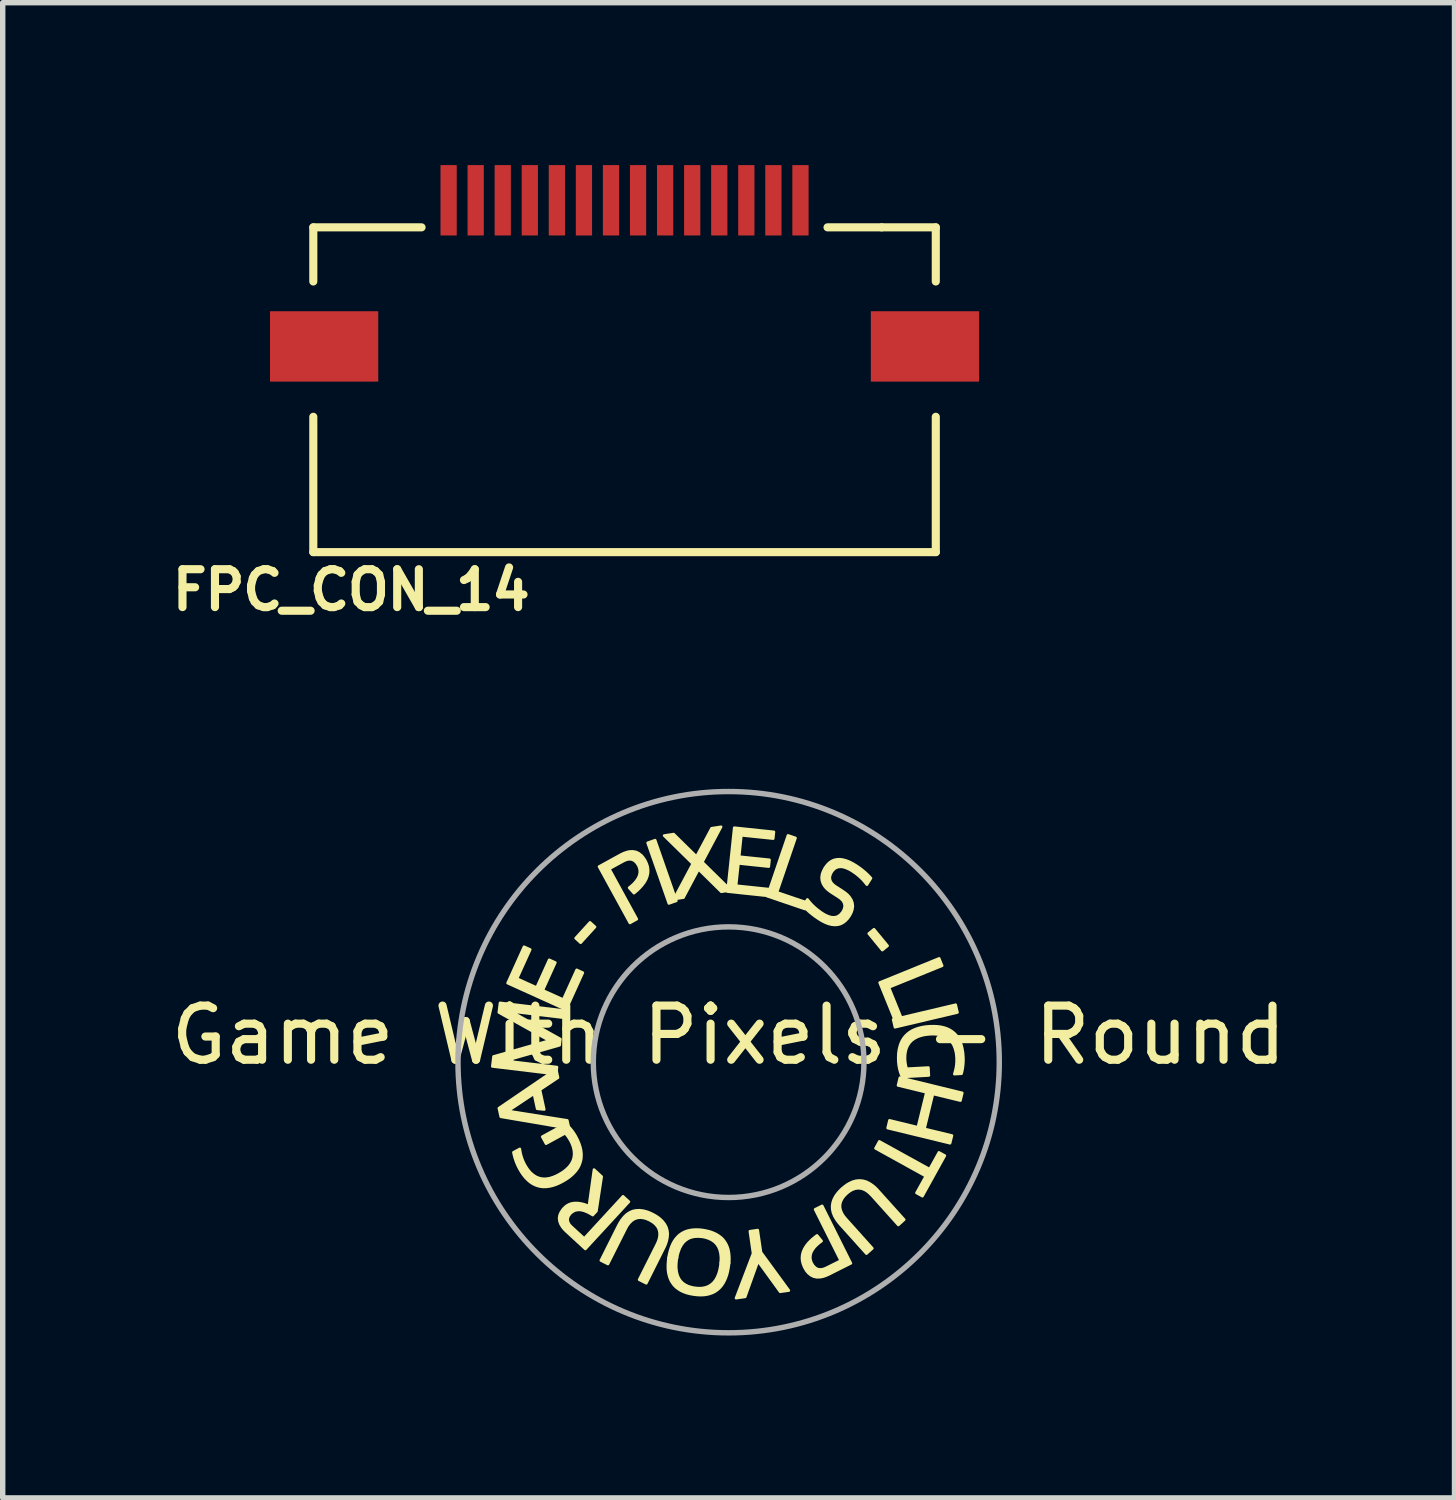
<source format=kicad_pcb>
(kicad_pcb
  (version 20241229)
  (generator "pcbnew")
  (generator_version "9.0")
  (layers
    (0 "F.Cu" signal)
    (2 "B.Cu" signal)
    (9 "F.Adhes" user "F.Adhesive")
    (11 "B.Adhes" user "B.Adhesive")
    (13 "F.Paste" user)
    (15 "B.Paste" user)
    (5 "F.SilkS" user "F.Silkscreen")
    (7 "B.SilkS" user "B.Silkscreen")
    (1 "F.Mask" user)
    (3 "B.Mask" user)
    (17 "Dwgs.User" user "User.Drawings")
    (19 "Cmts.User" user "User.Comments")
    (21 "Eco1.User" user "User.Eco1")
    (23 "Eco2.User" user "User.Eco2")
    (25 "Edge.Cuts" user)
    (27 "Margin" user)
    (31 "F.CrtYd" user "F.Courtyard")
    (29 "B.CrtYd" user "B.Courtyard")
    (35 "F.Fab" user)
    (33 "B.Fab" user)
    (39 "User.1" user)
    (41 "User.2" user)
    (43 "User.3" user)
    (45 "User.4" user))
  (footprint "FPC_CON_14"
    (layer "F.Cu")
    (at 5.238 0.65)
    (property "Reference" "FPC_CON_14" (at -1.8 7.2 0) (layer "F.SilkS") (effects (font (size 0.7 0.7) (thickness 0.15))))
    (attr through_hole)
    (fp_line (start -2.5 0.5) (end -2.5 1.5) (stroke (width 0.15) (type solid)) (layer "F.SilkS"))
    (fp_line (start -2.5 4) (end -2.5 6.5) (stroke (width 0.15) (type solid)) (layer "F.SilkS"))
    (fp_line (start -2.5 6.5) (end 9 6.5) (stroke (width 0.15) (type solid)) (layer "F.SilkS"))
    (fp_line (start -0.5 0.5) (end -2.5 0.5) (stroke (width 0.15) (type solid)) (layer "F.SilkS"))
    (fp_line (start 7 0.5) (end 8 0.5) (stroke (width 0.15) (type solid)) (layer "F.SilkS"))
    (fp_line (start 8 0.5) (end 9 0.5) (stroke (width 0.15) (type solid)) (layer "F.SilkS"))
    (fp_line (start 9 0.5) (end 9 1.5) (stroke (width 0.15) (type solid)) (layer "F.SilkS"))
    (fp_line (start 9 6.5) (end 9 4) (stroke (width 0.15) (type solid)) (layer "F.SilkS"))
    (pad "1" smd rect (at 0 0) (size 0.3 1.3) (layers "F.Cu" "F.Mask" "F.Paste"))
    (pad "2" smd rect (at 0.5 0) (size 0.3 1.3) (layers "F.Cu" "F.Mask" "F.Paste"))
    (pad "3" smd rect (at 1 0) (size 0.3 1.3) (layers "F.Cu" "F.Mask" "F.Paste"))
    (pad "4" smd rect (at 1.5 0) (size 0.3 1.3) (layers "F.Cu" "F.Mask" "F.Paste"))
    (pad "5" smd rect (at 2 0) (size 0.3 1.3) (layers "F.Cu" "F.Mask" "F.Paste"))
    (pad "6" smd rect (at 2.5 0) (size 0.3 1.3) (layers "F.Cu" "F.Mask" "F.Paste"))
    (pad "7" smd rect (at 3 0) (size 0.3 1.3) (layers "F.Cu" "F.Mask" "F.Paste"))
    (pad "8" smd rect (at 3.5 0) (size 0.3 1.3) (layers "F.Cu" "F.Mask" "F.Paste"))
    (pad "9" smd rect (at 4 0) (size 0.3 1.3) (layers "F.Cu" "F.Mask" "F.Paste"))
    (pad "10" smd rect (at 4.5 0) (size 0.3 1.3) (layers "F.Cu" "F.Mask" "F.Paste"))
    (pad "11" smd rect (at 5 0) (size 0.3 1.3) (layers "F.Cu" "F.Mask" "F.Paste"))
    (pad "12" smd rect (at 5.5 0) (size 0.3 1.3) (layers "F.Cu" "F.Mask" "F.Paste"))
    (pad "13" smd rect (at 6 0) (size 0.3 1.3) (layers "F.Cu" "F.Mask" "F.Paste"))
    (pad "14" smd rect (at 6.5 0) (size 0.3 1.3) (layers "F.Cu" "F.Mask" "F.Paste"))
    (pad "15" smd rect (at -2.3 2.7) (size 2 1.3) (layers "F.Cu" "F.Mask" "F.Paste"))
    (pad "16" smd rect (at 8.8 2.7) (size 2 1.3) (layers "F.Cu" "F.Mask" "F.Paste")))
  (footprint "Game With Pixels - Round"
    (layer "F.Cu")
    (at 10.411 16.573)
    (property "Reference" "Game With Pixels - Round" (at 0 -0.5 0) (unlocked yes) (layer "F.SilkS") (effects (font (size 1 1) (thickness 0.15))))
    (fp_poly (pts (xy -2.469 -2.499) (xy -2.561 -2.582) (xy -2.826 -2.291) (xy -2.734 -2.207)) (stroke (width 0.05) (type solid)) (fill yes) (layer "F.SilkS"))
    (fp_poly (pts (xy -0.967 -2.981) (xy -1.358 -4.101) (xy -1.496 -4.052) (xy -1.104 -2.933)) (stroke (width 0.05) (type solid)) (fill yes) (layer "F.SilkS"))
    (fp_poly (pts (xy 2.685 -2.455) (xy 2.589 -2.376) (xy 2.839 -2.071) (xy 2.936 -2.15)) (stroke (width 0.05) (type solid)) (fill yes) (layer "F.SilkS"))
    (fp_poly (pts (xy 3.073 -0.646) (xy 4.227 -0.919) (xy 4.194 -1.061) (xy 3.04 -0.788)) (stroke (width 0.05) (type solid)) (fill yes) (layer "F.SilkS"))
    (fp_poly (pts (xy 0.892 -3.137) (xy 1.235 -4.142) (xy 1.097 -4.189) (xy 0.714 -3.067) (xy 1.41 -2.83) (xy 1.45 -2.947)) (stroke (width 0.05) (type solid)) (fill yes) (layer "F.SilkS"))
    (fp_poly (pts (xy 3.889 -1.917) (xy 2.79 -1.47) (xy 3.067 -0.789) (xy 3.182 -0.836) (xy 2.96 -1.382) (xy 3.944 -1.782)) (stroke (width 0.05) (type solid)) (fill yes) (layer "F.SilkS"))
    (fp_poly (pts (xy 3.643 2.105) (xy 3.471 2.415) (xy 3.58 2.475) (xy 3.994 1.727) (xy 3.885 1.667) (xy 3.713 1.977) (xy 2.784 1.464) (xy 2.714 1.591)) (stroke (width 0.05) (type solid)) (fill yes) (layer "F.SilkS"))
    (fp_poly (pts (xy 0.542 3.675) (xy 0.952 4.241) (xy 1.112 4.218) (xy 0.597 3.513) (xy 0.537 3.103) (xy 0.393 3.124) (xy 0.452 3.534) (xy 0.137 4.359) (xy 0.305 4.335)) (stroke (width 0.05) (type solid)) (fill yes) (layer "F.SilkS"))
    (fp_poly (pts (xy -3.153 0.286) (xy -3.186 0.129) (xy -4.244 0.85) (xy -4.209 1.008) (xy -2.949 1.223) (xy -2.981 1.076) (xy -4.078 0.902) (xy -3.597 0.582) (xy -3.537 0.86) (xy -3.407 0.873) (xy -3.486 0.508)) (stroke (width 0.05) (type solid)) (fill yes) (layer "F.SilkS"))
    (fp_poly (pts (xy -3.547 -1.378) (xy -3.91 -1.543) (xy -3.666 -2.081) (xy -3.78 -2.132) (xy -4.083 -1.461) (xy -3.003 -0.972) (xy -2.694 -1.653) (xy -2.807 -1.705) (xy -3.056 -1.156) (xy -3.434 -1.327) (xy -3.202 -1.84) (xy -3.315 -1.891)) (stroke (width 0.05) (type solid)) (fill yes) (layer "F.SilkS"))
    (fp_poly (pts (xy -0.14 -4.348) (xy -0.315 -4.321) (xy -0.594 -3.798) (xy -1.016 -4.213) (xy -1.191 -4.186) (xy -0.662 -3.667) (xy -1.01 -3.014) (xy -0.835 -3.041) (xy -0.557 -3.564) (xy -0.135 -3.149) (xy 0.041 -3.176) (xy -0.487 -3.695)) (stroke (width 0.05) (type solid)) (fill yes) (layer "F.SilkS"))
    (fp_poly (pts (xy 0.754 -3.738) (xy 0.194 -3.796) (xy 0.235 -4.192) (xy 0.823 -4.131) (xy 0.836 -4.254) (xy 0.104 -4.331) (xy -0.02 -3.152) (xy 0.724 -3.074) (xy 0.737 -3.197) (xy 0.137 -3.26) (xy 0.181 -3.673) (xy 0.741 -3.614)) (stroke (width 0.05) (type solid)) (fill yes) (layer "F.SilkS"))
    (fp_poly (pts (xy 4.09 1.497) (xy 4.125 1.356) (xy 3.617 1.233) (xy 3.774 0.586) (xy 4.282 0.709) (xy 4.316 0.568) (xy 3.164 0.287) (xy 3.13 0.429) (xy 3.654 0.556) (xy 3.496 1.203) (xy 2.972 1.075) (xy 2.938 1.217)) (stroke (width 0.05) (type solid)) (fill yes) (layer "F.SilkS"))
    (fp_poly (pts (xy -4.245 -0.919) (xy -3.311 -0.398) (xy -4.343 -0.105) (xy -4.365 0.078) (xy -3.187 0.22) (xy -3.172 0.091) (xy -4.137 -0.025) (xy -3.123 -0.313) (xy -3.109 -0.427) (xy -4.028 -0.94) (xy -3.062 -0.824) (xy -3.046 -0.953) (xy -4.223 -1.095)) (stroke (width 0.05) (type solid)) (fill yes) (layer "F.SilkS"))
    (fp_poly (pts (xy -2.959 2.843) (xy -2.926 2.798) (xy -2.888 2.765) (xy -2.836 2.738) (xy -2.777 2.728) (xy -2.725 2.731) (xy -2.669 2.745) (xy -2.609 2.769) (xy -2.561 2.794) (xy -2.511 2.824) (xy -2.443 2.751) (xy -2.346 2.115) (xy -2.487 1.985) (xy -2.581 2.659) (xy -2.618 2.644) (xy -2.673 2.625) (xy -2.725 2.612) (xy -2.79 2.603) (xy -2.85 2.603) (xy -2.906 2.612) (xy -2.957 2.631) (xy -3.003 2.66) (xy -3.044 2.698) (xy -3.067 2.724) (xy -3.101 2.776) (xy -3.123 2.829) (xy -3.131 2.882) (xy -3.125 2.936) (xy -3.106 2.989) (xy -3.074 3.043) (xy -3.041 3.084) (xy -3 3.125) (xy -2.647 3.45) (xy -1.843 2.578) (xy -1.951 2.479) (xy -2.668 3.258) (xy -2.905 3.04) (xy -2.913 3.033) (xy -2.946 2.995) (xy -2.969 2.949) (xy -2.976 2.896)) (stroke (width 0.05) (type solid)) (fill yes) (layer "F.SilkS"))
    (fp_poly (pts (xy -1.944 -3.715) (xy -1.901 -3.735) (xy -1.851 -3.749) (xy -1.796 -3.747) (xy -1.746 -3.727) (xy -1.703 -3.687) (xy -1.671 -3.64) (xy -1.654 -3.601) (xy -1.641 -3.55) (xy -1.641 -3.498) (xy -1.652 -3.447) (xy -1.676 -3.394) (xy -1.712 -3.342) (xy -1.747 -3.302) (xy -1.789 -3.262) (xy -1.838 -3.222) (xy -1.749 -3.123) (xy -1.726 -3.141) (xy -1.683 -3.178) (xy -1.645 -3.215) (xy -1.595 -3.271) (xy -1.554 -3.326) (xy -1.523 -3.382) (xy -1.502 -3.438) (xy -1.49 -3.494) (xy -1.488 -3.55) (xy -1.495 -3.607) (xy -1.512 -3.663) (xy -1.538 -3.72) (xy -1.548 -3.737) (xy -1.579 -3.783) (xy -1.612 -3.821) (xy -1.661 -3.859) (xy -1.714 -3.884) (xy -1.772 -3.894) (xy -1.835 -3.891) (xy -1.885 -3.879) (xy -1.938 -3.86) (xy -1.994 -3.833) (xy -2.394 -3.613) (xy -1.824 -2.573) (xy -1.697 -2.643) (xy -2.205 -3.572)) (stroke (width 0.05) (type solid)) (fill yes) (layer "F.SilkS"))
    (fp_poly (pts (xy 1.51 3.572) (xy 1.523 3.521) (xy 1.549 3.47) (xy 1.587 3.418) (xy 1.624 3.38) (xy 1.667 3.342) (xy 1.717 3.304) (xy 1.633 3.201) (xy 1.609 3.219) (xy 1.565 3.254) (xy 1.525 3.289) (xy 1.472 3.343) (xy 1.43 3.397) (xy 1.397 3.452) (xy 1.373 3.507) (xy 1.36 3.562) (xy 1.355 3.618) (xy 1.36 3.675) (xy 1.375 3.732) (xy 1.399 3.79) (xy 1.408 3.807) (xy 1.437 3.854) (xy 1.469 3.893) (xy 1.517 3.933) (xy 1.569 3.96) (xy 1.627 3.973) (xy 1.689 3.972) (xy 1.74 3.962) (xy 1.793 3.945) (xy 1.85 3.92) (xy 2.258 3.715) (xy 1.728 2.655) (xy 1.598 2.72) (xy 2.072 3.667) (xy 1.805 3.8) (xy 1.761 3.819) (xy 1.71 3.83) (xy 1.655 3.827) (xy 1.607 3.804) (xy 1.565 3.763) (xy 1.535 3.715) (xy 1.519 3.676) (xy 1.508 3.624)) (stroke (width 0.05) (type solid)) (fill yes) (layer "F.SilkS"))
    (fp_poly (pts (xy -1.271 2.892) (xy -1.311 2.862) (xy -1.356 2.833) (xy -1.406 2.806) (xy -1.457 2.782) (xy -1.507 2.763) (xy -1.579 2.744) (xy -1.647 2.736) (xy -1.712 2.739) (xy -1.772 2.752) (xy -1.829 2.777) (xy -1.883 2.813) (xy -1.932 2.86) (xy -1.978 2.918) (xy -2.007 2.963) (xy -2.034 3.012) (xy -2.36 3.663) (xy -2.23 3.728) (xy -1.903 3.078) (xy -1.874 3.024) (xy -1.841 2.979) (xy -1.795 2.931) (xy -1.744 2.897) (xy -1.688 2.877) (xy -1.629 2.871) (xy -1.565 2.879) (xy -1.515 2.894) (xy -1.462 2.917) (xy -1.444 2.927) (xy -1.396 2.956) (xy -1.357 2.988) (xy -1.315 3.036) (xy -1.288 3.088) (xy -1.275 3.146) (xy -1.275 3.208) (xy -1.284 3.259) (xy -1.301 3.312) (xy -1.326 3.367) (xy -1.653 4.018) (xy -1.522 4.084) (xy -1.196 3.433) (xy -1.183 3.407) (xy -1.162 3.357) (xy -1.146 3.308) (xy -1.131 3.237) (xy -1.126 3.171) (xy -1.133 3.108) (xy -1.151 3.049) (xy -1.18 2.993) (xy -1.22 2.941)) (stroke (width 0.05) (type solid)) (fill yes) (layer "F.SilkS"))
    (fp_poly (pts (xy 1.992 2.908) (xy 2.023 2.951) (xy 2.059 2.994) (xy 2.546 3.536) (xy 2.654 3.439) (xy 2.168 2.897) (xy 2.129 2.85) (xy 2.098 2.803) (xy 2.071 2.742) (xy 2.057 2.682) (xy 2.059 2.623) (xy 2.075 2.566) (xy 2.106 2.509) (xy 2.139 2.468) (xy 2.18 2.427) (xy 2.195 2.414) (xy 2.24 2.38) (xy 2.284 2.355) (xy 2.343 2.334) (xy 2.402 2.328) (xy 2.461 2.336) (xy 2.519 2.359) (xy 2.562 2.386) (xy 2.605 2.422) (xy 2.648 2.465) (xy 3.135 3.007) (xy 3.243 2.909) (xy 2.756 2.368) (xy 2.737 2.347) (xy 2.698 2.309) (xy 2.658 2.276) (xy 2.598 2.236) (xy 2.538 2.207) (xy 2.477 2.191) (xy 2.415 2.186) (xy 2.353 2.192) (xy 2.289 2.21) (xy 2.226 2.24) (xy 2.183 2.266) (xy 2.14 2.298) (xy 2.096 2.334) (xy 2.055 2.374) (xy 2.019 2.413) (xy 1.975 2.473) (xy 1.943 2.534) (xy 1.922 2.595) (xy 1.913 2.656) (xy 1.915 2.718) (xy 1.929 2.781) (xy 1.954 2.844)) (stroke (width 0.05) (type solid)) (fill yes) (layer "F.SilkS"))
    (fp_poly (pts (xy -0.626 3.223) (xy -0.56 3.22) (xy -0.488 3.226) (xy -0.439 3.235) (xy -0.373 3.255) (xy -0.314 3.283) (xy -0.265 3.317) (xy -0.223 3.359) (xy -0.19 3.408) (xy -0.166 3.464) (xy -0.15 3.528) (xy -0.142 3.599) (xy -0.142 3.65) (xy -0.145 3.704) (xy 0.009 3.708) (xy 0.013 3.64) (xy 0.011 3.576) (xy 0.004 3.516) (xy -0.007 3.459) (xy -0.024 3.407) (xy -0.046 3.359) (xy -0.073 3.315) (xy -0.104 3.274) (xy -0.141 3.238) (xy -0.184 3.206) (xy -0.231 3.177) (xy -0.283 3.153) (xy -0.34 3.132) (xy -0.402 3.116) (xy -0.47 3.103) (xy -0.537 3.095) (xy -0.6 3.093) (xy -0.66 3.096) (xy -0.716 3.104) (xy -0.769 3.117) (xy -0.818 3.136) (xy -0.863 3.16) (xy -0.905 3.189) (xy -0.943 3.224) (xy -0.978 3.264) (xy -1.009 3.309) (xy -1.036 3.359) (xy -1.06 3.415) (xy -1.08 3.476) (xy -1.097 3.542) (xy -1.11 3.613) (xy -0.954 3.612) (xy -0.943 3.557) (xy -0.928 3.506) (xy -0.903 3.437) (xy -0.871 3.378) (xy -0.834 3.328) (xy -0.79 3.288) (xy -0.741 3.256) (xy -0.687 3.235)) (stroke (width 0.05) (type solid)) (fill yes) (layer "F.SilkS"))
    (fp_poly (pts (xy -1.103 3.936) (xy -1.087 3.988) (xy -1.066 4.037) (xy -1.039 4.081) (xy -1.008 4.122) (xy -0.972 4.158) (xy -0.93 4.19) (xy -0.884 4.219) (xy -0.833 4.243) (xy -0.776 4.264) (xy -0.715 4.28) (xy -0.648 4.292) (xy -0.58 4.3) (xy -0.516 4.303) (xy -0.455 4.3) (xy -0.398 4.292) (xy -0.345 4.278) (xy -0.295 4.26) (xy -0.249 4.236) (xy -0.207 4.206) (xy -0.168 4.172) (xy -0.133 4.132) (xy -0.101 4.086) (xy -0.074 4.036) (xy -0.05 3.98) (xy -0.029 3.919) (xy -0.013 3.852) (xy 0 3.78) (xy 0.009 3.708) (xy -0.145 3.704) (xy -0.152 3.762) (xy -0.157 3.791) (xy -0.168 3.845) (xy -0.182 3.896) (xy -0.208 3.963) (xy -0.24 4.022) (xy -0.278 4.071) (xy -0.322 4.11) (xy -0.372 4.141) (xy -0.427 4.162) (xy -0.489 4.174) (xy -0.557 4.176) (xy -0.63 4.169) (xy -0.678 4.16) (xy -0.743 4.141) (xy -0.8 4.114) (xy -0.849 4.08) (xy -0.889 4.039) (xy -0.922 3.99) (xy -0.945 3.935) (xy -0.961 3.872) (xy -0.969 3.802) (xy -0.969 3.752) (xy -0.966 3.698) (xy -0.959 3.641) (xy -0.954 3.612) (xy -1.11 3.613) (xy -1.118 3.686) (xy -1.122 3.754) (xy -1.121 3.819) (xy -1.115 3.879)) (stroke (width 0.05) (type solid)) (fill yes) (layer "F.SilkS"))
    (fp_poly (pts (xy 3.135 -0.018) (xy 3.137 0.001) (xy 3.143 0.059) (xy 3.153 0.115) (xy 3.167 0.169) (xy 3.184 0.221) (xy 3.206 0.272) (xy 3.698 0.245) (xy 3.69 0.1) (xy 3.288 0.122) (xy 3.286 0.116) (xy 3.273 0.064) (xy 3.264 0.014) (xy 3.259 -0.038) (xy 3.258 -0.065) (xy 3.259 -0.119) (xy 3.264 -0.169) (xy 3.279 -0.238) (xy 3.303 -0.299) (xy 3.337 -0.353) (xy 3.379 -0.399) (xy 3.431 -0.437) (xy 3.491 -0.469) (xy 3.561 -0.492) (xy 3.612 -0.504) (xy 3.668 -0.512) (xy 3.727 -0.517) (xy 3.783 -0.519) (xy 3.835 -0.516) (xy 3.908 -0.505) (xy 3.972 -0.486) (xy 4.029 -0.457) (xy 4.078 -0.421) (xy 4.12 -0.376) (xy 4.154 -0.322) (xy 4.18 -0.26) (xy 4.199 -0.189) (xy 4.207 -0.137) (xy 4.212 -0.082) (xy 4.212 -0.005) (xy 4.208 0.051) (xy 4.199 0.108) (xy 4.186 0.164) (xy 4.17 0.22) (xy 4.302 0.213) (xy 4.314 0.166) (xy 4.325 0.109) (xy 4.332 0.05) (xy 4.336 -0.001) (xy 4.337 -0.052) (xy 4.335 -0.104) (xy 4.329 -0.176) (xy 4.318 -0.242) (xy 4.304 -0.304) (xy 4.285 -0.36) (xy 4.261 -0.412) (xy 4.234 -0.459) (xy 4.202 -0.502) (xy 4.165 -0.539) (xy 4.125 -0.571) (xy 4.08 -0.599) (xy 4.031 -0.622) (xy 3.977 -0.64) (xy 3.919 -0.653) (xy 3.857 -0.661) (xy 3.79 -0.664) (xy 3.72 -0.663) (xy 3.645 -0.657) (xy 3.576 -0.646) (xy 3.511 -0.63) (xy 3.452 -0.61) (xy 3.397 -0.586) (xy 3.348 -0.557) (xy 3.304 -0.523) (xy 3.265 -0.485) (xy 3.231 -0.443) (xy 3.202 -0.396) (xy 3.178 -0.344) (xy 3.16 -0.288) (xy 3.146 -0.227) (xy 3.137 -0.162) (xy 3.134 -0.093)) (stroke (width 0.05) (type solid)) (fill yes) (layer "F.SilkS"))
    (fp_poly (pts (xy -3.931 1.826) (xy -3.913 1.873) (xy -3.892 1.92) (xy -3.868 1.967) (xy -3.832 2.028) (xy -3.794 2.084) (xy -3.754 2.133) (xy -3.712 2.176) (xy -3.669 2.213) (xy -3.623 2.244) (xy -3.576 2.268) (xy -3.527 2.286) (xy -3.477 2.298) (xy -3.424 2.304) (xy -3.37 2.303) (xy -3.314 2.296) (xy -3.256 2.283) (xy -3.196 2.264) (xy -3.135 2.238) (xy -3.072 2.206) (xy -3.007 2.168) (xy -2.949 2.129) (xy -2.898 2.087) (xy -2.853 2.043) (xy -2.814 1.998) (xy -2.782 1.951) (xy -2.757 1.902) (xy -2.738 1.85) (xy -2.725 1.797) (xy -2.72 1.743) (xy -2.72 1.686) (xy -2.727 1.627) (xy -2.741 1.566) (xy -2.761 1.504) (xy -2.788 1.44) (xy -2.822 1.373) (xy -2.831 1.356) (xy -2.862 1.307) (xy -2.895 1.261) (xy -2.931 1.218) (xy -2.969 1.178) (xy -3.01 1.141) (xy -3.443 1.377) (xy -3.373 1.505) (xy -3.019 1.312) (xy -3.015 1.317) (xy -2.981 1.358) (xy -2.952 1.4) (xy -2.925 1.444) (xy -2.912 1.469) (xy -2.89 1.517) (xy -2.873 1.564) (xy -2.857 1.633) (xy -2.853 1.699) (xy -2.86 1.761) (xy -2.878 1.821) (xy -2.908 1.878) (xy -2.949 1.933) (xy -3.002 1.984) (xy -3.043 2.017) (xy -3.09 2.048) (xy -3.141 2.078) (xy -3.191 2.103) (xy -3.239 2.123) (xy -3.309 2.145) (xy -3.376 2.155) (xy -3.439 2.154) (xy -3.5 2.142) (xy -3.557 2.119) (xy -3.61 2.085) (xy -3.661 2.041) (xy -3.708 1.985) (xy -3.738 1.941) (xy -3.766 1.893) (xy -3.775 1.876) (xy -3.799 1.825) (xy -3.82 1.771) (xy -3.836 1.716) (xy -3.849 1.66) (xy -3.858 1.603) (xy -3.975 1.666) (xy -3.965 1.713) (xy -3.95 1.77)) (stroke (width 0.05) (type solid)) (fill yes) (layer "F.SilkS"))
    (fp_poly (pts (xy 1.71 -2.765) (xy 1.669 -2.795) (xy 1.62 -2.833) (xy 1.575 -2.873) (xy 1.532 -2.915) (xy 1.492 -2.96) (xy 1.455 -3.006) (xy 1.379 -2.887) (xy 1.411 -2.853) (xy 1.452 -2.812) (xy 1.496 -2.772) (xy 1.543 -2.734) (xy 1.592 -2.696) (xy 1.633 -2.668) (xy 1.675 -2.64) (xy 1.721 -2.612) (xy 1.786 -2.579) (xy 1.848 -2.555) (xy 1.907 -2.541) (xy 1.963 -2.536) (xy 2.016 -2.54) (xy 2.065 -2.553) (xy 2.111 -2.576) (xy 2.154 -2.608) (xy 2.194 -2.649) (xy 2.231 -2.699) (xy 2.241 -2.716) (xy 2.267 -2.766) (xy 2.284 -2.815) (xy 2.294 -2.877) (xy 2.288 -2.937) (xy 2.268 -2.995) (xy 2.233 -3.05) (xy 2.198 -3.09) (xy 2.153 -3.128) (xy 2.1 -3.165) (xy 1.978 -3.243) (xy 1.938 -3.272) (xy 1.901 -3.31) (xy 1.875 -3.358) (xy 1.867 -3.411) (xy 1.88 -3.467) (xy 1.905 -3.516) (xy 1.92 -3.537) (xy 1.962 -3.579) (xy 2.012 -3.603) (xy 2.068 -3.611) (xy 2.119 -3.605) (xy 2.173 -3.588) (xy 2.232 -3.561) (xy 2.28 -3.533) (xy 2.3 -3.519) (xy 2.35 -3.485) (xy 2.396 -3.448) (xy 2.44 -3.409) (xy 2.481 -3.368) (xy 2.518 -3.325) (xy 2.554 -3.28) (xy 2.629 -3.399) (xy 2.614 -3.416) (xy 2.576 -3.456) (xy 2.535 -3.495) (xy 2.491 -3.533) (xy 2.446 -3.569) (xy 2.397 -3.604) (xy 2.346 -3.638) (xy 2.299 -3.666) (xy 2.232 -3.701) (xy 2.168 -3.726) (xy 2.107 -3.742) (xy 2.05 -3.749) (xy 1.997 -3.746) (xy 1.947 -3.735) (xy 1.9 -3.713) (xy 1.857 -3.683) (xy 1.818 -3.643) (xy 1.782 -3.594) (xy 1.771 -3.577) (xy 1.746 -3.527) (xy 1.728 -3.478) (xy 1.718 -3.416) (xy 1.723 -3.356) (xy 1.742 -3.299) (xy 1.776 -3.244) (xy 1.811 -3.205) (xy 1.855 -3.167) (xy 1.907 -3.131) (xy 2.029 -3.053) (xy 2.07 -3.024) (xy 2.109 -2.985) (xy 2.137 -2.935) (xy 2.145 -2.883) (xy 2.133 -2.827) (xy 2.108 -2.777) (xy 2.1 -2.766) (xy 2.058 -2.719) (xy 2.01 -2.688) (xy 1.956 -2.675) (xy 1.896 -2.678) (xy 1.844 -2.693) (xy 1.787 -2.718) (xy 1.742 -2.744)) (stroke (width 0.05) (type solid)) (fill yes) (layer "F.SilkS"))
    (fp_circle (center 0 0) (end 2.5 0) (stroke (width 0.1) (type solid)) (fill no) (layer "F.Fab"))
    (fp_circle (center 0 0) (end 5 0) (stroke (width 0.1) (type solid)) (fill no) (layer "F.Fab")))
  (gr_rect
    (start -3 -3)
    (end 23.821 24.623)
    (stroke (width 0.1) (type default))
    (fill no)
    (layer "Edge.Cuts")))
</source>
